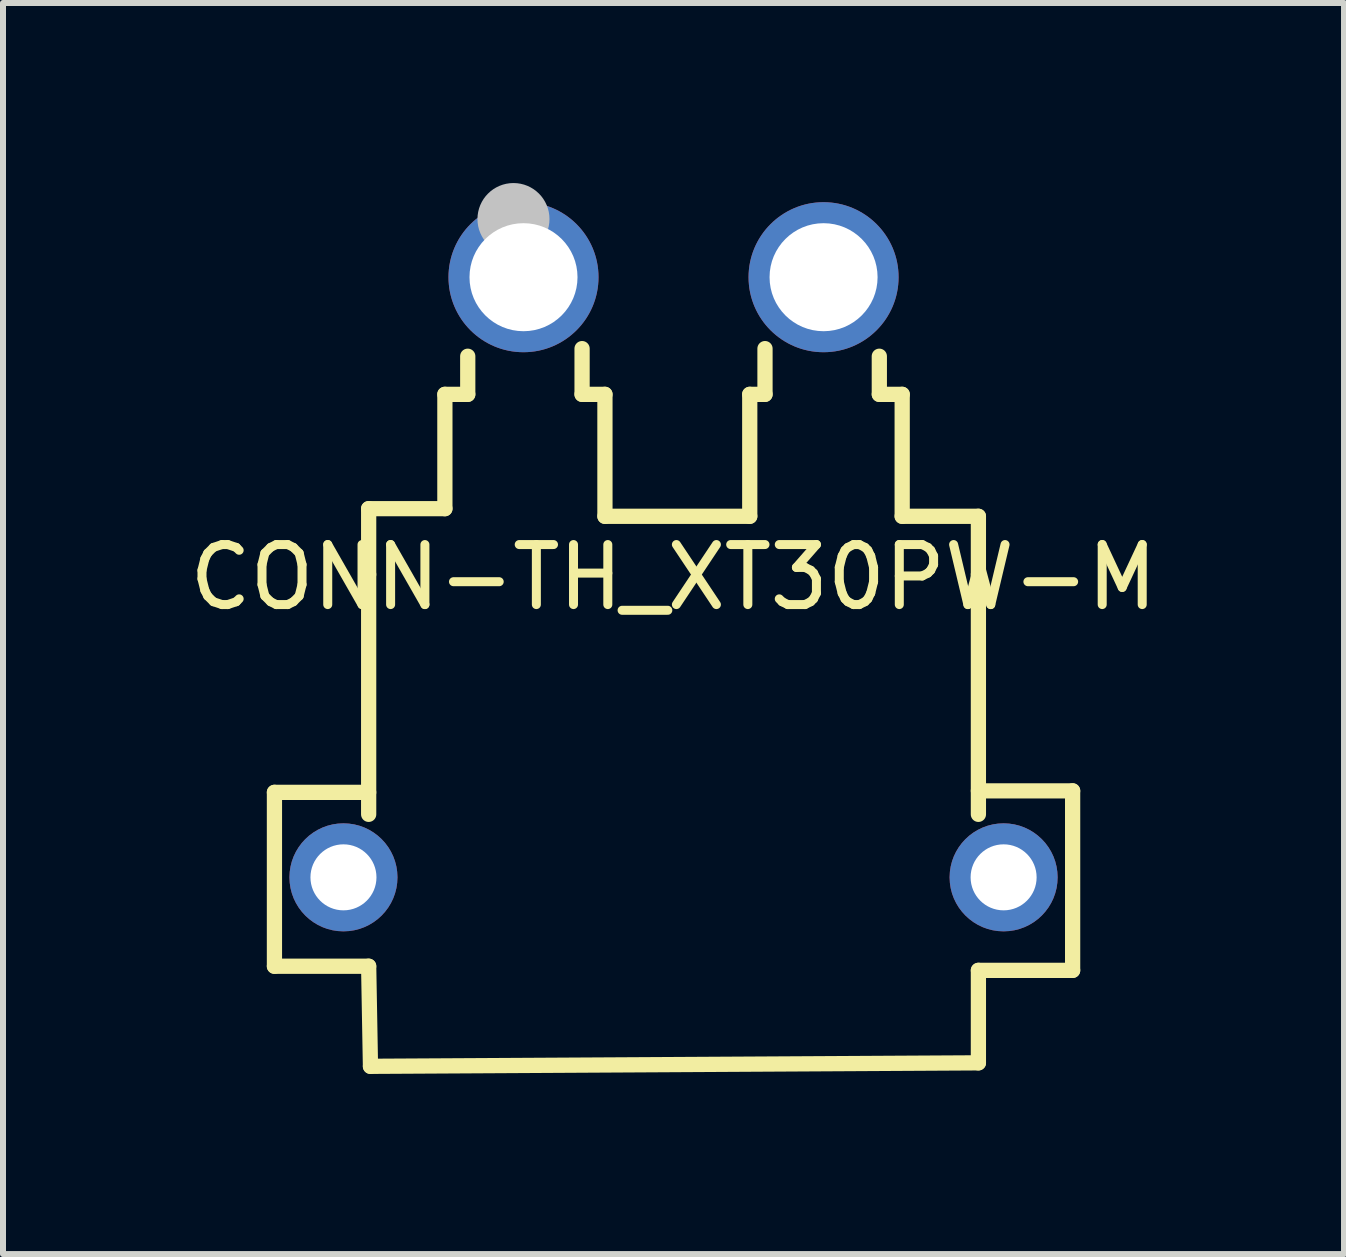
<source format=kicad_pcb>
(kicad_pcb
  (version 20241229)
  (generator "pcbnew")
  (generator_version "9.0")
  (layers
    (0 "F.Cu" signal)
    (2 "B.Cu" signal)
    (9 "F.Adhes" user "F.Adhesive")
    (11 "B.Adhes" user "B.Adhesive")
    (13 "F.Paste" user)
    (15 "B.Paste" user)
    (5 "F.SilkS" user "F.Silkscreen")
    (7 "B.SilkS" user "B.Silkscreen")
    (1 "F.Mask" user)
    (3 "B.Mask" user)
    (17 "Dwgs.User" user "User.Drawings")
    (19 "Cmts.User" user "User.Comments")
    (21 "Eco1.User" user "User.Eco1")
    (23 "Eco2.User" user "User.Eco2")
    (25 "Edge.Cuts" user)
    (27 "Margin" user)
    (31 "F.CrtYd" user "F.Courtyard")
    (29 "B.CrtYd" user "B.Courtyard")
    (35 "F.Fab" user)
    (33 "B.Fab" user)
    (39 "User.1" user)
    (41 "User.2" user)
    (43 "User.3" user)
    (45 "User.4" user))
  (footprint "CONN-TH_XT30PW-M"
    (layer "F.Cu")
    (at 8.173 6.569)
    (property "Reference" "CONN-TH_XT30PW-M" (at 0 0 0) (layer "F.SilkS") (effects (font (size 1 1) (thickness 0.15))))
    (fp_line (start -6.65 3.584) (end -6.65 6.481) (stroke (width 0.254) (type default)) (layer "F.SilkS"))
    (fp_line (start -6.65 3.584) (end -5.08 3.584) (stroke (width 0.254) (type default)) (layer "F.SilkS"))
    (fp_line (start -6.65 6.481) (end -5.08 6.481) (stroke (width 0.254) (type default)) (layer "F.SilkS"))
    (fp_line (start -5.08 -1.143) (end -5.08 -0.047) (stroke (width 0.254) (type default)) (layer "F.SilkS"))
    (fp_line (start -5.08 3.95) (end -5.08 -0.047) (stroke (width 0.254) (type default)) (layer "F.SilkS"))
    (fp_line (start -5.08 6.481) (end -5.05 8.149) (stroke (width 0.254) (type default)) (layer "F.SilkS"))
    (fp_line (start -5.05 8.149) (end 5.08 8.091) (stroke (width 0.254) (type default)) (layer "F.SilkS"))
    (fp_line (start -3.81 -3.048) (end -3.81 -1.143) (stroke (width 0.254) (type default)) (layer "F.SilkS"))
    (fp_line (start -3.81 -1.143) (end -5.08 -1.143) (stroke (width 0.254) (type default)) (layer "F.SilkS"))
    (fp_line (start -3.429 -3.683) (end -3.429 -3.048) (stroke (width 0.254) (type default)) (layer "F.SilkS"))
    (fp_line (start -3.429 -3.048) (end -3.81 -3.048) (stroke (width 0.254) (type default)) (layer "F.SilkS"))
    (fp_line (start -1.524 -3.81) (end -1.524 -3.048) (stroke (width 0.254) (type default)) (layer "F.SilkS"))
    (fp_line (start -1.524 -3.048) (end -1.143 -3.048) (stroke (width 0.254) (type default)) (layer "F.SilkS"))
    (fp_line (start -1.143 -3.048) (end -1.143 -1.016) (stroke (width 0.254) (type default)) (layer "F.SilkS"))
    (fp_line (start -1.143 -1.016) (end 1.27 -1.016) (stroke (width 0.254) (type default)) (layer "F.SilkS"))
    (fp_line (start 1.27 -3.048) (end 1.524 -3.048) (stroke (width 0.254) (type default)) (layer "F.SilkS"))
    (fp_line (start 1.27 -1.016) (end 1.27 -3.048) (stroke (width 0.254) (type default)) (layer "F.SilkS"))
    (fp_line (start 1.524 -3.048) (end 1.524 -3.81) (stroke (width 0.254) (type default)) (layer "F.SilkS"))
    (fp_line (start 3.429 -3.683) (end 3.429 -3.048) (stroke (width 0.254) (type default)) (layer "F.SilkS"))
    (fp_line (start 3.429 -3.048) (end 3.81 -3.048) (stroke (width 0.254) (type default)) (layer "F.SilkS"))
    (fp_line (start 3.81 -3.048) (end 3.81 -1.016) (stroke (width 0.254) (type default)) (layer "F.SilkS"))
    (fp_line (start 3.81 -1.016) (end 5.08 -1.016) (stroke (width 0.254) (type default)) (layer "F.SilkS"))
    (fp_line (start 5.08 -1.016) (end 5.08 -0.047) (stroke (width 0.254) (type default)) (layer "F.SilkS"))
    (fp_line (start 5.08 3.559) (end 6.65 3.559) (stroke (width 0.254) (type default)) (layer "F.SilkS"))
    (fp_line (start 5.08 3.95) (end 5.08 -0.047) (stroke (width 0.254) (type default)) (layer "F.SilkS"))
    (fp_line (start 5.08 6.55) (end 6.65 6.55) (stroke (width 0.254) (type default)) (layer "F.SilkS"))
    (fp_line (start 5.08 8.091) (end 5.08 6.55) (stroke (width 0.254) (type default)) (layer "F.SilkS"))
    (fp_line (start 6.65 3.559) (end 6.65 6.55) (stroke (width 0.254) (type default)) (layer "F.SilkS"))
    (fp_circle (center -2.667 -5.969) (end -2.367 -5.969) (stroke (width 0.6) (type default)) (fill no) (layer "Dwgs.User"))
    (fp_poly (pts (xy -5.125 5) (xy -5.143 4.884) (xy -5.197 4.78) (xy -5.28 4.697) (xy -5.384 4.643) (xy -5.5 4.625) (xy -5.616 4.643) (xy -5.72 4.697) (xy -5.803 4.78) (xy -5.857 4.884) (xy -5.875 5) (xy -5.857 5.116) (xy -5.803 5.22) (xy -5.72 5.303) (xy -5.616 5.357) (xy -5.5 5.375) (xy -5.384 5.357) (xy -5.28 5.303) (xy -5.197 5.22) (xy -5.143 5.116)) (stroke (width 0.1) (type default)) (fill no) (layer "User.1"))
    (fp_poly (pts (xy 5.875 5) (xy 5.857 4.884) (xy 5.803 4.78) (xy 5.72 4.697) (xy 5.616 4.643) (xy 5.5 4.625) (xy 5.384 4.643) (xy 5.28 4.697) (xy 5.197 4.78) (xy 5.143 4.884) (xy 5.125 5) (xy 5.143 5.116) (xy 5.197 5.22) (xy 5.28 5.303) (xy 5.384 5.357) (xy 5.5 5.375) (xy 5.616 5.357) (xy 5.72 5.303) (xy 5.803 5.22) (xy 5.857 5.116)) (stroke (width 0.1) (type default)) (fill no) (layer "User.1"))
    (fp_poly (pts (xy -1.85 -5) (xy -1.869 -5.156) (xy -1.924 -5.302) (xy -2.013 -5.431) (xy -2.131 -5.535) (xy -2.27 -5.608) (xy -2.422 -5.645) (xy -2.578 -5.645) (xy -2.73 -5.608) (xy -2.869 -5.535) (xy -2.987 -5.431) (xy -3.076 -5.302) (xy -3.131 -5.156) (xy -3.15 -5) (xy -3.131 -4.844) (xy -3.076 -4.698) (xy -2.987 -4.569) (xy -2.869 -4.465) (xy -2.73 -4.392) (xy -2.578 -4.355) (xy -2.422 -4.355) (xy -2.27 -4.392) (xy -2.131 -4.465) (xy -2.013 -4.569) (xy -1.924 -4.698) (xy -1.869 -4.844)) (stroke (width 0.1) (type default)) (fill no) (layer "User.1"))
    (fp_poly (pts (xy 3.15 -5) (xy 3.131 -5.156) (xy 3.076 -5.302) (xy 2.987 -5.431) (xy 2.869 -5.535) (xy 2.73 -5.608) (xy 2.578 -5.645) (xy 2.422 -5.645) (xy 2.27 -5.608) (xy 2.131 -5.535) (xy 2.013 -5.431) (xy 1.924 -5.302) (xy 1.869 -5.156) (xy 1.85 -5) (xy 1.869 -4.844) (xy 1.924 -4.698) (xy 2.013 -4.569) (xy 2.131 -4.465) (xy 2.27 -4.392) (xy 2.422 -4.355) (xy 2.578 -4.355) (xy 2.73 -4.392) (xy 2.869 -4.465) (xy 2.987 -4.569) (xy 3.076 -4.698) (xy 3.131 -4.844)) (stroke (width 0.1) (type default)) (fill no) (layer "User.1"))
    (fp_line (start -6.65 4.514) (end -6.638 4.442) (stroke (width 0.051) (type default)) (layer "User.2"))
    (fp_line (start -6.65 5.44) (end -6.65 4.514) (stroke (width 0.051) (type default)) (layer "User.2"))
    (fp_line (start -6.641 5.518) (end -6.65 5.44) (stroke (width 0.051) (type default)) (layer "User.2"))
    (fp_line (start -6.638 4.442) (end -6.611 4.359) (stroke (width 0.051) (type default)) (layer "User.2"))
    (fp_line (start -6.614 5.592) (end -6.641 5.518) (stroke (width 0.051) (type default)) (layer "User.2"))
    (fp_line (start -6.611 4.359) (end -6.561 4.275) (stroke (width 0.051) (type default)) (layer "User.2"))
    (fp_line (start -6.565 5.683) (end -6.614 5.592) (stroke (width 0.051) (type default)) (layer "User.2"))
    (fp_line (start -6.561 4.275) (end -6.502 4.217) (stroke (width 0.051) (type default)) (layer "User.2"))
    (fp_line (start -6.507 5.736) (end -6.565 5.683) (stroke (width 0.051) (type default)) (layer "User.2"))
    (fp_line (start -6.502 4.217) (end -6.415 4.166) (stroke (width 0.051) (type default)) (layer "User.2"))
    (fp_line (start -6.429 5.788) (end -6.507 5.736) (stroke (width 0.051) (type default)) (layer "User.2"))
    (fp_line (start -6.415 4.166) (end -6.335 4.136) (stroke (width 0.051) (type default)) (layer "User.2"))
    (fp_line (start -6.346 5.822) (end -6.429 5.788) (stroke (width 0.051) (type default)) (layer "User.2"))
    (fp_line (start -6.335 4.136) (end -4.947 4.128) (stroke (width 0.051) (type default)) (layer "User.2"))
    (fp_line (start -6.251 5.83) (end -6.346 5.822) (stroke (width 0.051) (type default)) (layer "User.2"))
    (fp_line (start -4.955 -1.024) (end -3.741 -1.02) (stroke (width 0.051) (type default)) (layer "User.2"))
    (fp_line (start -4.954 5.827) (end -6.251 5.83) (stroke (width 0.051) (type default)) (layer "User.2"))
    (fp_line (start -4.947 4.128) (end -4.955 -1.024) (stroke (width 0.051) (type default)) (layer "User.2"))
    (fp_line (start -4.94 8.05) (end -4.954 5.827) (stroke (width 0.051) (type default)) (layer "User.2"))
    (fp_line (start -3.748 -3.019) (end -3.45 -3.017) (stroke (width 0.051) (type default)) (layer "User.2"))
    (fp_line (start -3.741 -1.02) (end -3.748 -3.019) (stroke (width 0.051) (type default)) (layer "User.2"))
    (fp_line (start -3.451 -5.093) (end -3.42 -5.253) (stroke (width 0.051) (type default)) (layer "User.2"))
    (fp_line (start -3.45 -3.017) (end -3.451 -5.093) (stroke (width 0.051) (type default)) (layer "User.2"))
    (fp_line (start -3.42 -5.253) (end -3.372 -5.397) (stroke (width 0.051) (type default)) (layer "User.2"))
    (fp_line (start -3.372 -5.397) (end -3.352 -5.436) (stroke (width 0.051) (type default)) (layer "User.2"))
    (fp_line (start -3.352 -5.436) (end -3.305 -5.543) (stroke (width 0.051) (type default)) (layer "User.2"))
    (fp_line (start -3.352 -5.436) (end -3.352 -5.436) (stroke (width 0.051) (type default)) (layer "User.2"))
    (fp_line (start -3.305 -5.543) (end -3.188 -5.665) (stroke (width 0.051) (type default)) (layer "User.2"))
    (fp_line (start -3.188 -5.665) (end -3.084 -5.774) (stroke (width 0.051) (type default)) (layer "User.2"))
    (fp_line (start -3.084 -5.774) (end -2.947 -5.859) (stroke (width 0.051) (type default)) (layer "User.2"))
    (fp_line (start -2.947 -5.859) (end -2.811 -5.92) (stroke (width 0.051) (type default)) (layer "User.2"))
    (fp_line (start -2.811 -5.92) (end -2.665 -5.963) (stroke (width 0.051) (type default)) (layer "User.2"))
    (fp_line (start -2.665 -5.963) (end -2.489 -5.97) (stroke (width 0.051) (type default)) (layer "User.2"))
    (fp_line (start -2.489 -5.97) (end -2.348 -5.96) (stroke (width 0.051) (type default)) (layer "User.2"))
    (fp_line (start -2.348 -5.96) (end -2.195 -5.92) (stroke (width 0.051) (type default)) (layer "User.2"))
    (fp_line (start -2.195 -5.92) (end -2.046 -5.856) (stroke (width 0.051) (type default)) (layer "User.2"))
    (fp_line (start -2.046 -5.856) (end -1.914 -5.769) (stroke (width 0.051) (type default)) (layer "User.2"))
    (fp_line (start -1.914 -5.769) (end -1.804 -5.66) (stroke (width 0.051) (type default)) (layer "User.2"))
    (fp_line (start -1.804 -5.66) (end -1.694 -5.535) (stroke (width 0.051) (type default)) (layer "User.2"))
    (fp_line (start -1.694 -5.535) (end -1.627 -5.391) (stroke (width 0.051) (type default)) (layer "User.2"))
    (fp_line (start -1.627 -5.391) (end -1.58 -5.247) (stroke (width 0.051) (type default)) (layer "User.2"))
    (fp_line (start -1.58 -5.247) (end -1.548 -5.098) (stroke (width 0.051) (type default)) (layer "User.2"))
    (fp_line (start -1.55 -3.019) (end -1.25 -3.019) (stroke (width 0.051) (type default)) (layer "User.2"))
    (fp_line (start -1.548 -5.098) (end -1.55 -3.019) (stroke (width 0.051) (type default)) (layer "User.2"))
    (fp_line (start -1.25 -3.019) (end -1.25 -1.018) (stroke (width 0.051) (type default)) (layer "User.2"))
    (fp_line (start -1.25 -1.018) (end 1.256 -1.021) (stroke (width 0.051) (type default)) (layer "User.2"))
    (fp_line (start 1.252 -3.018) (end 1.552 -3.022) (stroke (width 0.051) (type default)) (layer "User.2"))
    (fp_line (start 1.256 -1.021) (end 1.252 -3.018) (stroke (width 0.051) (type default)) (layer "User.2"))
    (fp_line (start 1.548 -5.091) (end 1.58 -5.255) (stroke (width 0.051) (type default)) (layer "User.2"))
    (fp_line (start 1.552 -3.022) (end 1.548 -5.091) (stroke (width 0.051) (type default)) (layer "User.2"))
    (fp_line (start 1.58 -5.255) (end 1.631 -5.405) (stroke (width 0.051) (type default)) (layer "User.2"))
    (fp_line (start 1.631 -5.405) (end 1.702 -5.543) (stroke (width 0.051) (type default)) (layer "User.2"))
    (fp_line (start 1.702 -5.543) (end 1.799 -5.659) (stroke (width 0.051) (type default)) (layer "User.2"))
    (fp_line (start 1.799 -5.659) (end 1.921 -5.772) (stroke (width 0.051) (type default)) (layer "User.2"))
    (fp_line (start 1.921 -5.772) (end 2.052 -5.859) (stroke (width 0.051) (type default)) (layer "User.2"))
    (fp_line (start 2.052 -5.859) (end 2.182 -5.918) (stroke (width 0.051) (type default)) (layer "User.2"))
    (fp_line (start 2.182 -5.918) (end 2.338 -5.96) (stroke (width 0.051) (type default)) (layer "User.2"))
    (fp_line (start 2.338 -5.96) (end 2.49 -5.971) (stroke (width 0.051) (type default)) (layer "User.2"))
    (fp_line (start 2.49 -5.971) (end 2.66 -5.961) (stroke (width 0.051) (type default)) (layer "User.2"))
    (fp_line (start 2.66 -5.961) (end 2.815 -5.917) (stroke (width 0.051) (type default)) (layer "User.2"))
    (fp_line (start 2.815 -5.917) (end 2.946 -5.862) (stroke (width 0.051) (type default)) (layer "User.2"))
    (fp_line (start 2.946 -5.862) (end 3.078 -5.769) (stroke (width 0.051) (type default)) (layer "User.2"))
    (fp_line (start 3.078 -5.769) (end 3.207 -5.656) (stroke (width 0.051) (type default)) (layer "User.2"))
    (fp_line (start 3.207 -5.656) (end 3.3 -5.54) (stroke (width 0.051) (type default)) (layer "User.2"))
    (fp_line (start 3.3 -5.54) (end 3.367 -5.403) (stroke (width 0.051) (type default)) (layer "User.2"))
    (fp_line (start 3.367 -5.403) (end 3.419 -5.258) (stroke (width 0.051) (type default)) (layer "User.2"))
    (fp_line (start 3.419 -5.258) (end 3.452 -5.104) (stroke (width 0.051) (type default)) (layer "User.2"))
    (fp_line (start 3.452 -5.104) (end 3.459 -3.022) (stroke (width 0.051) (type default)) (layer "User.2"))
    (fp_line (start 3.459 -3.022) (end 3.74 -3.018) (stroke (width 0.051) (type default)) (layer "User.2"))
    (fp_line (start 3.74 -3.018) (end 3.752 -1.017) (stroke (width 0.051) (type default)) (layer "User.2"))
    (fp_line (start 3.752 -1.017) (end 4.949 -1.023) (stroke (width 0.051) (type default)) (layer "User.2"))
    (fp_line (start 4.941 4.133) (end 6.343 4.139) (stroke (width 0.051) (type default)) (layer "User.2"))
    (fp_line (start 4.949 5.832) (end 4.954 8.047) (stroke (width 0.051) (type default)) (layer "User.2"))
    (fp_line (start 4.949 -1.023) (end 4.941 4.133) (stroke (width 0.051) (type default)) (layer "User.2"))
    (fp_line (start 4.954 8.047) (end -4.94 8.05) (stroke (width 0.051) (type default)) (layer "User.2"))
    (fp_line (start 6.25 5.833) (end 4.949 5.832) (stroke (width 0.051) (type default)) (layer "User.2"))
    (fp_line (start 6.333 5.821) (end 6.25 5.833) (stroke (width 0.051) (type default)) (layer "User.2"))
    (fp_line (start 6.343 4.139) (end 6.448 4.176) (stroke (width 0.051) (type default)) (layer "User.2"))
    (fp_line (start 6.415 5.793) (end 6.333 5.821) (stroke (width 0.051) (type default)) (layer "User.2"))
    (fp_line (start 6.448 4.176) (end 6.492 4.213) (stroke (width 0.051) (type default)) (layer "User.2"))
    (fp_line (start 6.492 4.213) (end 6.569 4.298) (stroke (width 0.051) (type default)) (layer "User.2"))
    (fp_line (start 6.492 5.75) (end 6.415 5.793) (stroke (width 0.051) (type default)) (layer "User.2"))
    (fp_line (start 6.554 5.686) (end 6.492 5.75) (stroke (width 0.051) (type default)) (layer "User.2"))
    (fp_line (start 6.569 4.298) (end 6.644 4.431) (stroke (width 0.051) (type default)) (layer "User.2"))
    (fp_line (start 6.611 5.601) (end 6.554 5.686) (stroke (width 0.051) (type default)) (layer "User.2"))
    (fp_line (start 6.644 4.431) (end 6.65 4.549) (stroke (width 0.051) (type default)) (layer "User.2"))
    (fp_line (start 6.65 4.549) (end 6.65 5.42) (stroke (width 0.051) (type default)) (layer "User.2"))
    (fp_line (start 6.65 5.42) (end 6.65 5.51) (stroke (width 0.051) (type default)) (layer "User.2"))
    (fp_line (start 6.65 5.51) (end 6.611 5.601) (stroke (width 0.051) (type default)) (layer "User.2"))
    (fp_poly (pts (xy -6.59 -5.971) (xy -6.608 -6.014) (xy -6.65 -6.032) (xy -6.692 -6.014) (xy -6.71 -5.971) (xy -6.692 -5.929) (xy -6.65 -5.912) (xy -6.608 -5.929)) (stroke (width 0.1) (type default)) (fill no) (layer "User.3"))
    (pad "1" thru_hole circle (at -2.5 -5) (size 2.5 2.5) (drill 1.8) (layers "*.Cu" "*.Mask"))
    (pad "2" thru_hole circle (at 2.5 -5) (size 2.5 2.5) (drill 1.8) (layers "*.Cu" "*.Mask"))
    (pad "3" thru_hole circle (at 5.5 5) (size 1.8 1.8) (drill 1.1) (layers "*.Cu" "*.Mask"))
    (pad "4" thru_hole circle (at -5.5 5) (size 1.8 1.8) (drill 1.1) (layers "*.Cu" "*.Mask")))
  (gr_rect
    (start -3 -3)
    (end 19.345 17.846)
    (stroke (width 0.1) (type default))
    (fill no)
    (layer "Edge.Cuts")))
</source>
